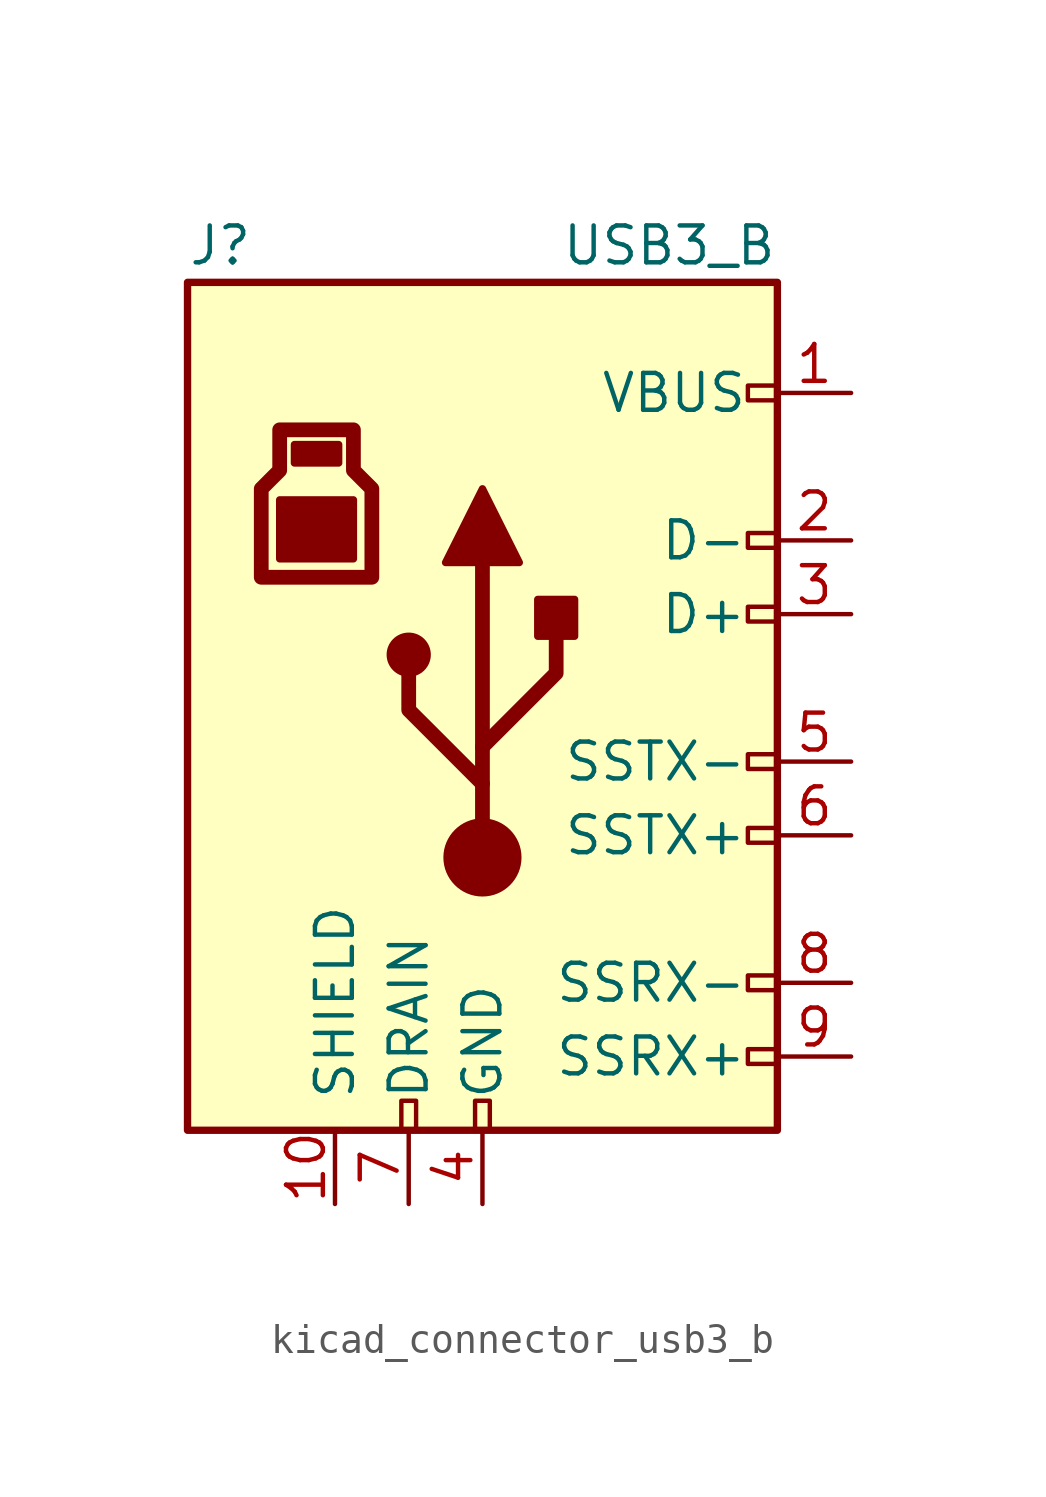
<source format=kicad_sym>
(kicad_symbol_lib
  (version 20220914)
  (generator kicad_symbol_editor)
  (symbol "kicad_connector_usb3_b"
    (pin_names
      (offset 1.016))
    (property "Reference" "J"
      (at -10.16 15.24 0)
      (effects (font (size 1.27 1.27)) (justify left)))
    (property "Value" "USB3_B"
      (at 10.16 15.24 0)
      (effects (font (size 1.27 1.27)) (justify right)))
    (symbol "kicad_connector_usb3_b_0_0"
      (rectangle (start -2.794 -15.24) (end -2.286 -14.224) (stroke (width 0) (type default)) (fill (type none)))
      (rectangle (start -0.254 -15.24) (end 0.254 -14.224) (stroke (width 0) (type default)) (fill (type none)))
      (rectangle (start 10.16 -12.446) (end 9.144 -12.954) (stroke (width 0) (type default)) (fill (type none)))
      (rectangle (start 10.16 -9.906) (end 9.144 -10.414) (stroke (width 0) (type default)) (fill (type none)))
      (rectangle (start 10.16 -4.826) (end 9.144 -5.334) (stroke (width 0) (type default)) (fill (type none)))
      (rectangle (start 10.16 -2.286) (end 9.144 -2.794) (stroke (width 0) (type default)) (fill (type none)))
      (rectangle (start 10.16 2.794) (end 9.144 2.286) (stroke (width 0) (type default)) (fill (type none)))
      (rectangle (start 10.16 5.334) (end 9.144 4.826) (stroke (width 0) (type default)) (fill (type none)))
      (rectangle (start 10.16 10.414) (end 9.144 9.906) (stroke (width 0) (type default)) (fill (type none))))
    (symbol "kicad_connector_usb3_b_0_1"
      (rectangle (start -10.16 13.97) (end 10.16 -15.24) (stroke (width 0.254) (type default)) (fill (type background)))
      (rectangle (start -6.477 8.382) (end -4.953 7.747) (stroke (width 0.254) (type default)) (fill (type outline)))
      (rectangle (start -4.445 4.445) (end -6.985 6.477) (stroke (width 0.254) (type default)) (fill (type outline)))
      (polyline (pts (xy -6.985 8.89) (xy -6.985 7.493) (xy -7.62 6.858) (xy -7.62 3.81) (xy -3.81 3.81) (xy -3.81 6.858) (xy -4.445 7.493) (xy -4.445 8.89) (xy -6.858 8.89) (xy -6.985 8.89)) (stroke (width 0.508) (type default)) (fill (type none))))
    (symbol "kicad_connector_usb3_b_1_1"
      (circle (center -2.54 1.143) (radius 0.635) (stroke (width 0.254) (type default)) (fill (type outline)))
      (circle (center 0 -5.842) (radius 1.27) (stroke (width 0) (type default)) (fill (type outline)))
      (polyline (pts (xy 0 -5.842) (xy 0 4.318)) (stroke (width 0.508) (type default)) (fill (type none)))
      (polyline (pts (xy 0 -3.302) (xy -2.54 -0.762) (xy -2.54 0.508)) (stroke (width 0.508) (type default)) (fill (type none)))
      (polyline (pts (xy 0 -2.032) (xy 2.54 0.508) (xy 2.54 1.778)) (stroke (width 0.508) (type default)) (fill (type none)))
      (polyline (pts (xy -1.27 4.318) (xy 0 6.858) (xy 1.27 4.318) (xy -1.27 4.318)) (stroke (width 0.254) (type default)) (fill (type outline)))
      (rectangle (start 1.905 1.778) (end 3.175 3.048) (stroke (width 0.254) (type default)) (fill (type outline)))
      (pin power_out line (at 12.7 10.16 180) (length 2.54) (name "VBUS" (effects (font (size 1.27 1.27)))) (number "1" (effects (font (size 1.27 1.27)))))
      (pin passive line (at -5.08 -17.78 90) (length 2.54) (name "SHIELD" (effects (font (size 1.27 1.27)))) (number "10" (effects (font (size 1.27 1.27)))))
      (pin bidirectional line (at 12.7 5.08 180) (length 2.54) (name "D-" (effects (font (size 1.27 1.27)))) (number "2" (effects (font (size 1.27 1.27)))))
      (pin bidirectional line (at 12.7 2.54 180) (length 2.54) (name "D+" (effects (font (size 1.27 1.27)))) (number "3" (effects (font (size 1.27 1.27)))))
      (pin power_out line (at 0 -17.78 90) (length 2.54) (name "GND" (effects (font (size 1.27 1.27)))) (number "4" (effects (font (size 1.27 1.27)))))
      (pin output line (at 12.7 -2.54 180) (length 2.54) (name "SSTX-" (effects (font (size 1.27 1.27)))) (number "5" (effects (font (size 1.27 1.27)))))
      (pin output line (at 12.7 -5.08 180) (length 2.54) (name "SSTX+" (effects (font (size 1.27 1.27)))) (number "6" (effects (font (size 1.27 1.27)))))
      (pin passive line (at -2.54 -17.78 90) (length 2.54) (name "DRAIN" (effects (font (size 1.27 1.27)))) (number "7" (effects (font (size 1.27 1.27)))))
      (pin input line (at 12.7 -10.16 180) (length 2.54) (name "SSRX-" (effects (font (size 1.27 1.27)))) (number "8" (effects (font (size 1.27 1.27)))))
      (pin input line (at 12.7 -12.7 180) (length 2.54) (name "SSRX+" (effects (font (size 1.27 1.27)))) (number "9" (effects (font (size 1.27 1.27))))))))
</source>
